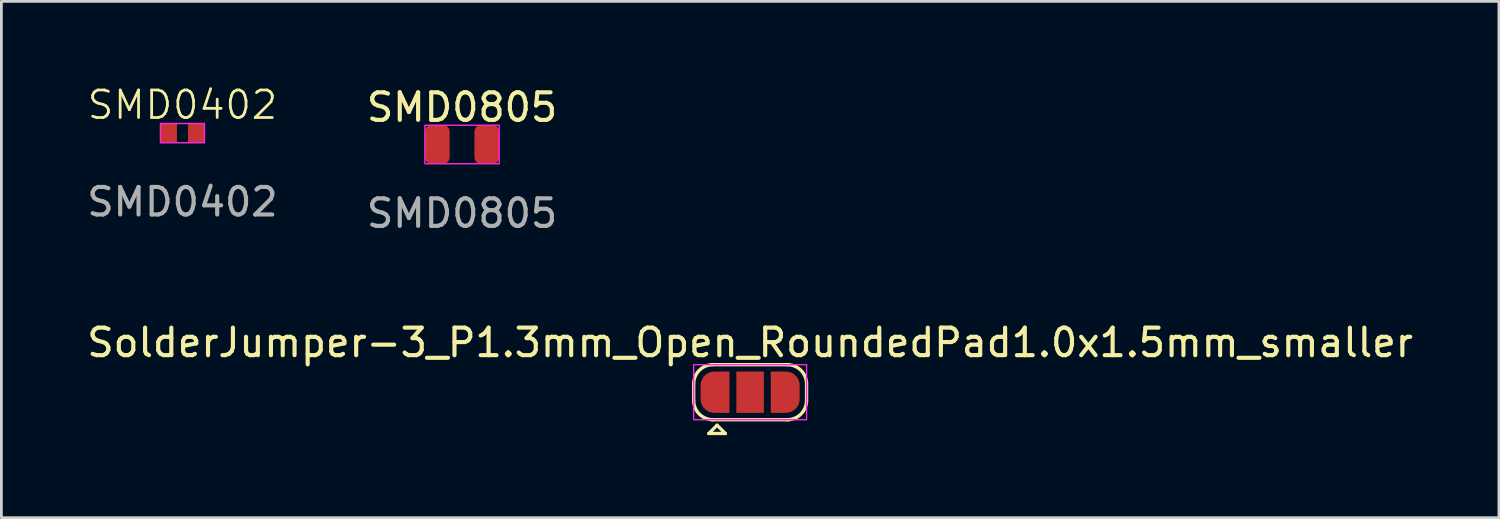
<source format=kicad_pcb>
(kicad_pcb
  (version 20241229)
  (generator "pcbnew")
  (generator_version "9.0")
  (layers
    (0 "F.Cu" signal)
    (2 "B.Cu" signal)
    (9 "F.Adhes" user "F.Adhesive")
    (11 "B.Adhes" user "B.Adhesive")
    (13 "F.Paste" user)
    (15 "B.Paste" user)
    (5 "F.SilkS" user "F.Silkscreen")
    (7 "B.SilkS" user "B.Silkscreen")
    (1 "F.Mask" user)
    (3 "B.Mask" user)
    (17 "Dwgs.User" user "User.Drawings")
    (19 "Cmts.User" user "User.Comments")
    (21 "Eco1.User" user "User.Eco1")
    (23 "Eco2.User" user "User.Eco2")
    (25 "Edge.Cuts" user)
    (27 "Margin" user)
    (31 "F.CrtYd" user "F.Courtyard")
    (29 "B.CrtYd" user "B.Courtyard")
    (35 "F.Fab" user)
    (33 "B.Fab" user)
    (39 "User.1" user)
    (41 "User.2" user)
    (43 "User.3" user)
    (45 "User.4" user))
  (footprint "SolderJumper-3_P1.3mm_Open_RoundedPad1.0x1.5mm_smaller"
    (layer "F.Cu")
    (at 24.196 11.195)
    (property "Reference" "SolderJumper-3_P1.3mm_Open_RoundedPad1.0x1.5mm_smaller" (at 0 -1.8 0) (layer "F.SilkS") (effects (font (size 1 1) (thickness 0.15))))
    (attr exclude_from_pos_files exclude_from_bom)
    (fp_line (start -2.05 0.3) (end -2.05 -0.3) (stroke (width 0.12) (type solid)) (layer "F.SilkS"))
    (fp_line (start -1.5 1.5) (end -0.9 1.5) (stroke (width 0.12) (type solid)) (layer "F.SilkS"))
    (fp_line (start -1.4 -1) (end 1.4 -1) (stroke (width 0.12) (type solid)) (layer "F.SilkS"))
    (fp_line (start -1.2 1.2) (end -1.5 1.5) (stroke (width 0.12) (type solid)) (layer "F.SilkS"))
    (fp_line (start -1.2 1.2) (end -0.9 1.5) (stroke (width 0.12) (type solid)) (layer "F.SilkS"))
    (fp_line (start 1.4 1) (end -1.4 1) (stroke (width 0.12) (type solid)) (layer "F.SilkS"))
    (fp_line (start 2.05 -0.3) (end 2.05 0.3) (stroke (width 0.12) (type solid)) (layer "F.SilkS"))
    (fp_arc (start -2.05 -0.3) (mid -1.844975 -0.794975) (end -1.35 -1) (stroke (width 0.12) (type solid)) (layer "F.SilkS"))
    (fp_arc (start -1.35 1) (mid -1.844975 0.794975) (end -2.05 0.3) (stroke (width 0.12) (type solid)) (layer "F.SilkS"))
    (fp_arc (start 1.35 -1) (mid 1.844975 -0.794975) (end 2.05 -0.3) (stroke (width 0.12) (type solid)) (layer "F.SilkS"))
    (fp_arc (start 2.05 0.3) (mid 1.844975 0.794975) (end 1.35 1) (stroke (width 0.12) (type solid)) (layer "F.SilkS"))
    (fp_rect (start -2.05 -1) (end 2.05 1) (stroke (width 0.05) (type solid)) (fill no) (layer "F.CrtYd"))
    (pad "1" smd custom (at -1.3 0) (size 1 0.5) (layers "F.Cu" "F.Mask") (options (anchor rect)) (primitives (gr_circle (center 0 0.25) (end 0.5 0.25) (width 0) (fill yes)) (gr_circle (center 0 -0.25) (end 0.5 -0.25) (width 0) (fill yes)) (gr_poly (pts (xy 0.55 0.75) (xy 0 0.75) (xy 0 -0.75) (xy 0.55 -0.75)) (width 0) (fill yes))))
    (pad "2" smd rect (at 0 0) (size 1 1.5) (layers "F.Cu" "F.Mask"))
    (pad "3" smd custom (at 1.3 0) (size 1 0.5) (layers "F.Cu" "F.Mask") (options (anchor rect)) (primitives (gr_circle (center 0 0.25) (end 0.5 0.25) (width 0) (fill yes)) (gr_circle (center 0 -0.25) (end 0.5 -0.25) (width 0) (fill yes)) (gr_poly (pts (xy 0 0.75) (xy -0.55 0.75) (xy -0.55 -0.75) (xy 0 -0.75)) (width 0) (fill yes)))))
  (footprint "SMD0402"
    (layer "F.Cu")
    (at 3.577 1.786)
    (property "Reference" "SMD0402" (at 0 -1.025 0) (unlocked yes) (layer "F.SilkS") (effects (font (size 1 1) (thickness 0.1))))
    (attr smd)
    (fp_rect (start -0.8 -0.35) (end 0.8 0.35) (stroke (width 0.05) (type default)) (fill no) (layer "F.CrtYd"))
    (fp_text user "${REFERENCE}" (at 0 2.5 0) (unlocked yes) (layer "F.Fab") (effects (font (size 1 1) (thickness 0.15))))
    (pad "1" smd rect (at -0.5 0 90) (size 0.7 0.6) (layers "F.Cu" "F.Mask" "F.Paste"))
    (pad "2" smd rect (at 0.5 0 90) (size 0.7 0.6) (layers "F.Cu" "F.Mask" "F.Paste")))
  (footprint "SMD0805"
    (layer "F.Cu")
    (at 13.732 2.198)
    (property "Reference" "SMD0805" (at 0 -1.35 0) (unlocked yes) (layer "F.SilkS") (effects (font (size 1 1) (thickness 0.15))))
    (attr smd)
    (fp_rect (start -1.35 -0.7) (end 1.35 0.7) (stroke (width 0.05) (type default)) (fill no) (layer "F.CrtYd"))
    (fp_text user "${REFERENCE}" (at 0 2.5 0) (unlocked yes) (layer "F.Fab") (effects (font (size 1 1) (thickness 0.15))))
    (pad "1" smd roundrect (at -0.9 0) (size 0.9 1.4) (layers "F.Cu" "F.Mask" "F.Paste") (roundrect_rratio 0.25))
    (pad "2" smd roundrect (at 0.9 0) (size 0.9 1.4) (layers "F.Cu" "F.Mask" "F.Paste") (roundrect_rratio 0.25)))
  (gr_rect
    (start -3 -3)
    (end 51.393 15.755)
    (stroke (width 0.1) (type default))
    (fill no)
    (layer "Edge.Cuts")))
</source>
